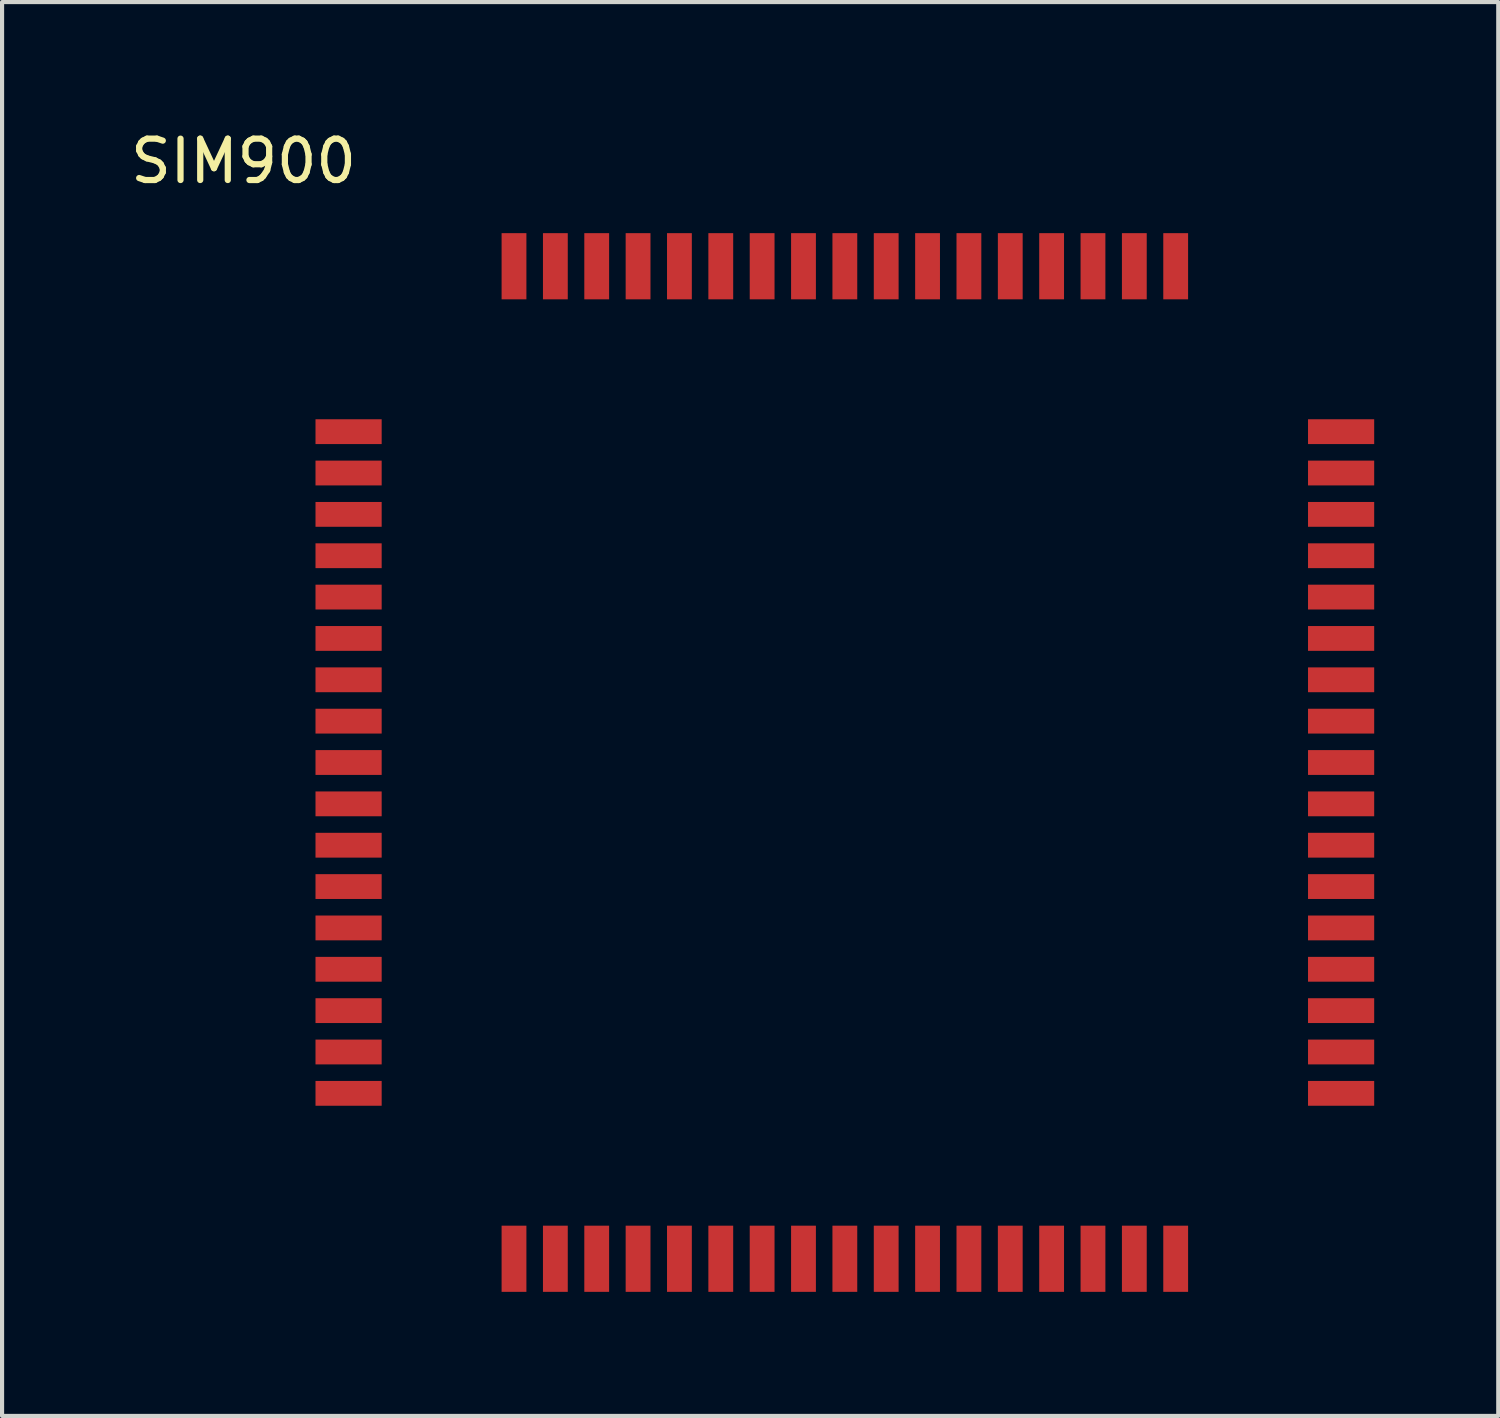
<source format=kicad_pcb>
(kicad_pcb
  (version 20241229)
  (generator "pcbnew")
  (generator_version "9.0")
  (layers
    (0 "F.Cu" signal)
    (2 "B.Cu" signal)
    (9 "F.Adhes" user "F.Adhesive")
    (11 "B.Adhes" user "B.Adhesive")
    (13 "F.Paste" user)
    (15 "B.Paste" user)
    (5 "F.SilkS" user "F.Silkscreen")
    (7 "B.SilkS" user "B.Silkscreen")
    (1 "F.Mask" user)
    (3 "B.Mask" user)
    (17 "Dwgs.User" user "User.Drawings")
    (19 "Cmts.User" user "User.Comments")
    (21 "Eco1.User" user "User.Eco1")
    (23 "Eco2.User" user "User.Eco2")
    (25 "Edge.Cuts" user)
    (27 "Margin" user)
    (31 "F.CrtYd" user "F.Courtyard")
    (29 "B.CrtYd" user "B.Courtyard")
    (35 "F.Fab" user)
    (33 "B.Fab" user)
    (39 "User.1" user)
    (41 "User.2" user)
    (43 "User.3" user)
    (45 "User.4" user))
  (footprint "SIM900"
    (layer "F.Cu")
    (at 5.379 3.388)
    (property "Reference" "SIM900" (at -2.54 -2.54 0) (layer "F.SilkS") (effects (font (size 1 1) (thickness 0.15))))
    (attr through_hole)
    (pad "1" smd rect (at 0 4) (size 1.6 0.6) (layers "F.Cu" "F.Mask" "F.Paste"))
    (pad "2" smd rect (at 0 5) (size 1.6 0.6) (layers "F.Cu" "F.Mask" "F.Paste"))
    (pad "3" smd rect (at 0 6) (size 1.6 0.6) (layers "F.Cu" "F.Mask" "F.Paste"))
    (pad "4" smd rect (at 0 7) (size 1.6 0.6) (layers "F.Cu" "F.Mask" "F.Paste"))
    (pad "5" smd rect (at 0 8) (size 1.6 0.6) (layers "F.Cu" "F.Mask" "F.Paste"))
    (pad "6" smd rect (at 0 9) (size 1.6 0.6) (layers "F.Cu" "F.Mask" "F.Paste"))
    (pad "7" smd rect (at 0 10) (size 1.6 0.6) (layers "F.Cu" "F.Mask" "F.Paste"))
    (pad "8" smd rect (at 0 11) (size 1.6 0.6) (layers "F.Cu" "F.Mask" "F.Paste"))
    (pad "9" smd rect (at 0 12) (size 1.6 0.6) (layers "F.Cu" "F.Mask" "F.Paste"))
    (pad "10" smd rect (at 0 13) (size 1.6 0.6) (layers "F.Cu" "F.Mask" "F.Paste"))
    (pad "11" smd rect (at 0 14) (size 1.6 0.6) (layers "F.Cu" "F.Mask" "F.Paste"))
    (pad "12" smd rect (at 0 15) (size 1.6 0.6) (layers "F.Cu" "F.Mask" "F.Paste"))
    (pad "13" smd rect (at 0 16) (size 1.6 0.6) (layers "F.Cu" "F.Mask" "F.Paste"))
    (pad "14" smd rect (at 0 17) (size 1.6 0.6) (layers "F.Cu" "F.Mask" "F.Paste"))
    (pad "15" smd rect (at 0 18) (size 1.6 0.6) (layers "F.Cu" "F.Mask" "F.Paste"))
    (pad "16" smd rect (at 0 19) (size 1.6 0.6) (layers "F.Cu" "F.Mask" "F.Paste"))
    (pad "17" smd rect (at 0 20) (size 1.6 0.6) (layers "F.Cu" "F.Mask" "F.Paste"))
    (pad "18" smd rect (at 4 24) (size 0.6 1.6) (layers "F.Cu" "F.Mask" "F.Paste"))
    (pad "19" smd rect (at 5 24) (size 0.6 1.6) (layers "F.Cu" "F.Mask" "F.Paste"))
    (pad "20" smd rect (at 6 24) (size 0.6 1.6) (layers "F.Cu" "F.Mask" "F.Paste"))
    (pad "21" smd rect (at 7 24) (size 0.6 1.6) (layers "F.Cu" "F.Mask" "F.Paste"))
    (pad "22" smd rect (at 8 24) (size 0.6 1.6) (layers "F.Cu" "F.Mask" "F.Paste"))
    (pad "23" smd rect (at 9 24) (size 0.6 1.6) (layers "F.Cu" "F.Mask" "F.Paste"))
    (pad "24" smd rect (at 10 24) (size 0.6 1.6) (layers "F.Cu" "F.Mask" "F.Paste"))
    (pad "25" smd rect (at 11 24) (size 0.6 1.6) (layers "F.Cu" "F.Mask" "F.Paste"))
    (pad "26" smd rect (at 12 24) (size 0.6 1.6) (layers "F.Cu" "F.Mask" "F.Paste"))
    (pad "27" smd rect (at 13 24) (size 0.6 1.6) (layers "F.Cu" "F.Mask" "F.Paste"))
    (pad "28" smd rect (at 14 24) (size 0.6 1.6) (layers "F.Cu" "F.Mask" "F.Paste"))
    (pad "29" smd rect (at 15 24) (size 0.6 1.6) (layers "F.Cu" "F.Mask" "F.Paste"))
    (pad "30" smd rect (at 16 24) (size 0.6 1.6) (layers "F.Cu" "F.Mask" "F.Paste"))
    (pad "31" smd rect (at 17 24) (size 0.6 1.6) (layers "F.Cu" "F.Mask" "F.Paste"))
    (pad "32" smd rect (at 18 24) (size 0.6 1.6) (layers "F.Cu" "F.Mask" "F.Paste"))
    (pad "33" smd rect (at 19 24) (size 0.6 1.6) (layers "F.Cu" "F.Mask" "F.Paste"))
    (pad "34" smd rect (at 20 24) (size 0.6 1.6) (layers "F.Cu" "F.Mask" "F.Paste"))
    (pad "35" smd rect (at 24 20) (size 1.6 0.6) (layers "F.Cu" "F.Mask" "F.Paste"))
    (pad "36" smd rect (at 24 19) (size 1.6 0.6) (layers "F.Cu" "F.Mask" "F.Paste"))
    (pad "37" smd rect (at 24 18) (size 1.6 0.6) (layers "F.Cu" "F.Mask" "F.Paste"))
    (pad "38" smd rect (at 24 17) (size 1.6 0.6) (layers "F.Cu" "F.Mask" "F.Paste"))
    (pad "39" smd rect (at 24 16) (size 1.6 0.6) (layers "F.Cu" "F.Mask" "F.Paste"))
    (pad "40" smd rect (at 24 15) (size 1.6 0.6) (layers "F.Cu" "F.Mask" "F.Paste"))
    (pad "41" smd rect (at 24 14) (size 1.6 0.6) (layers "F.Cu" "F.Mask" "F.Paste"))
    (pad "42" smd rect (at 24 13) (size 1.6 0.6) (layers "F.Cu" "F.Mask" "F.Paste"))
    (pad "43" smd rect (at 24 12) (size 1.6 0.6) (layers "F.Cu" "F.Mask" "F.Paste"))
    (pad "44" smd rect (at 24 11) (size 1.6 0.6) (layers "F.Cu" "F.Mask" "F.Paste"))
    (pad "45" smd rect (at 24 10) (size 1.6 0.6) (layers "F.Cu" "F.Mask" "F.Paste"))
    (pad "46" smd rect (at 24 9) (size 1.6 0.6) (layers "F.Cu" "F.Mask" "F.Paste"))
    (pad "47" smd rect (at 24 8) (size 1.6 0.6) (layers "F.Cu" "F.Mask" "F.Paste"))
    (pad "48" smd rect (at 24 7) (size 1.6 0.6) (layers "F.Cu" "F.Mask" "F.Paste"))
    (pad "49" smd rect (at 24 6) (size 1.6 0.6) (layers "F.Cu" "F.Mask" "F.Paste"))
    (pad "50" smd rect (at 24 5) (size 1.6 0.6) (layers "F.Cu" "F.Mask" "F.Paste"))
    (pad "51" smd rect (at 24 4) (size 1.6 0.6) (layers "F.Cu" "F.Mask" "F.Paste"))
    (pad "52" smd rect (at 20 0) (size 0.6 1.6) (layers "F.Cu" "F.Mask" "F.Paste"))
    (pad "53" smd rect (at 19 0) (size 0.6 1.6) (layers "F.Cu" "F.Mask" "F.Paste"))
    (pad "54" smd rect (at 18 0) (size 0.6 1.6) (layers "F.Cu" "F.Mask" "F.Paste"))
    (pad "55" smd rect (at 17 0) (size 0.6 1.6) (layers "F.Cu" "F.Mask" "F.Paste"))
    (pad "56" smd rect (at 16 0) (size 0.6 1.6) (layers "F.Cu" "F.Mask" "F.Paste"))
    (pad "57" smd rect (at 15 0) (size 0.6 1.6) (layers "F.Cu" "F.Mask" "F.Paste"))
    (pad "58" smd rect (at 14 0) (size 0.6 1.6) (layers "F.Cu" "F.Mask" "F.Paste"))
    (pad "59" smd rect (at 13 0) (size 0.6 1.6) (layers "F.Cu" "F.Mask" "F.Paste"))
    (pad "60" smd rect (at 12 0) (size 0.6 1.6) (layers "F.Cu" "F.Mask" "F.Paste"))
    (pad "61" smd rect (at 11 0) (size 0.6 1.6) (layers "F.Cu" "F.Mask" "F.Paste"))
    (pad "62" smd rect (at 10 0) (size 0.6 1.6) (layers "F.Cu" "F.Mask" "F.Paste"))
    (pad "63" smd rect (at 9 0) (size 0.6 1.6) (layers "F.Cu" "F.Mask" "F.Paste"))
    (pad "64" smd rect (at 8 0) (size 0.6 1.6) (layers "F.Cu" "F.Mask" "F.Paste"))
    (pad "65" smd rect (at 7 0) (size 0.6 1.6) (layers "F.Cu" "F.Mask" "F.Paste"))
    (pad "66" smd rect (at 6 0) (size 0.6 1.6) (layers "F.Cu" "F.Mask" "F.Paste"))
    (pad "67" smd rect (at 5 0) (size 0.6 1.6) (layers "F.Cu" "F.Mask" "F.Paste"))
    (pad "68" smd rect (at 4 0) (size 0.6 1.6) (layers "F.Cu" "F.Mask" "F.Paste")))
  (gr_rect
    (start -3 -3)
    (end 33.179 31.188)
    (stroke (width 0.1) (type default))
    (fill no)
    (layer "Edge.Cuts")))
</source>
